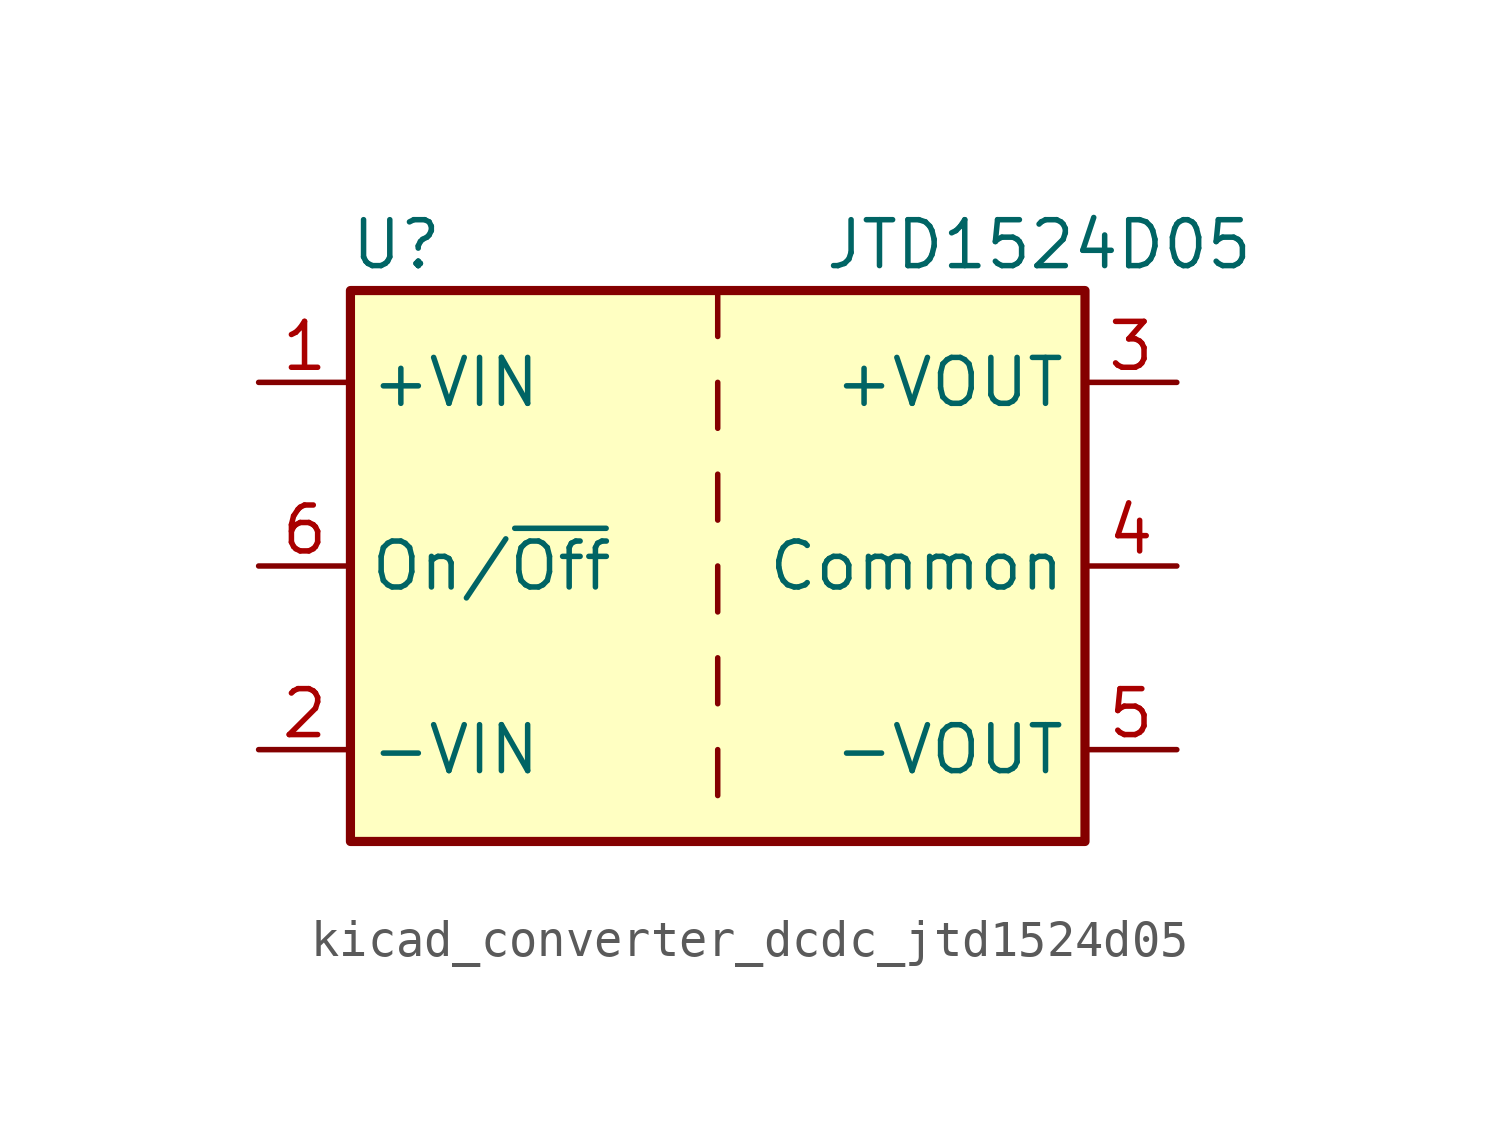
<source format=kicad_sym>
(kicad_symbol_lib
  (version 20220914)
  (generator kicad_symbol_editor)
  (symbol "kicad_converter_dcdc_jtd1524d05"
    (property "Reference" "U"
      (at -8.89 8.89 0)
      (effects (font (size 1.27 1.27))))
    (property "Value" "JTD1524D05"
      (at 8.89 8.89 0)
      (effects (font (size 1.27 1.27))))
    (symbol "kicad_converter_dcdc_jtd1524d05_0_1"
      (rectangle (start -10.16 7.62) (end 10.16 -7.62) (stroke (width 0.254) (type default)) (fill (type background)))
      (polyline (pts (xy 0 -5.08) (xy 0 -6.35)) (stroke (width 0) (type default)) (fill (type none)))
      (polyline (pts (xy 0 -2.54) (xy 0 -3.81)) (stroke (width 0) (type default)) (fill (type none)))
      (polyline (pts (xy 0 0) (xy 0 -1.27)) (stroke (width 0) (type default)) (fill (type none)))
      (polyline (pts (xy 0 2.54) (xy 0 1.27)) (stroke (width 0) (type default)) (fill (type none)))
      (polyline (pts (xy 0 5.08) (xy 0 3.81)) (stroke (width 0) (type default)) (fill (type none)))
      (polyline (pts (xy 0 7.62) (xy 0 6.35)) (stroke (width 0) (type default)) (fill (type none))))
    (symbol "kicad_converter_dcdc_jtd1524d05_1_1"
      (pin power_in line (at -12.7 5.08 0) (length 2.54) (name "+VIN" (effects (font (size 1.27 1.27)))) (number "1" (effects (font (size 1.27 1.27)))))
      (pin power_in line (at -12.7 -5.08 0) (length 2.54) (name "-VIN" (effects (font (size 1.27 1.27)))) (number "2" (effects (font (size 1.27 1.27)))))
      (pin power_out line (at 12.7 5.08 180) (length 2.54) (name "+VOUT" (effects (font (size 1.27 1.27)))) (number "3" (effects (font (size 1.27 1.27)))))
      (pin power_out line (at 12.7 0 180) (length 2.54) (name "Common" (effects (font (size 1.27 1.27)))) (number "4" (effects (font (size 1.27 1.27)))))
      (pin power_out line (at 12.7 -5.08 180) (length 2.54) (name "-VOUT" (effects (font (size 1.27 1.27)))) (number "5" (effects (font (size 1.27 1.27)))))
      (pin input line (at -12.7 0 0) (length 2.54) (name "On/~{Off}" (effects (font (size 1.27 1.27)))) (number "6" (effects (font (size 1.27 1.27))))))))
</source>
